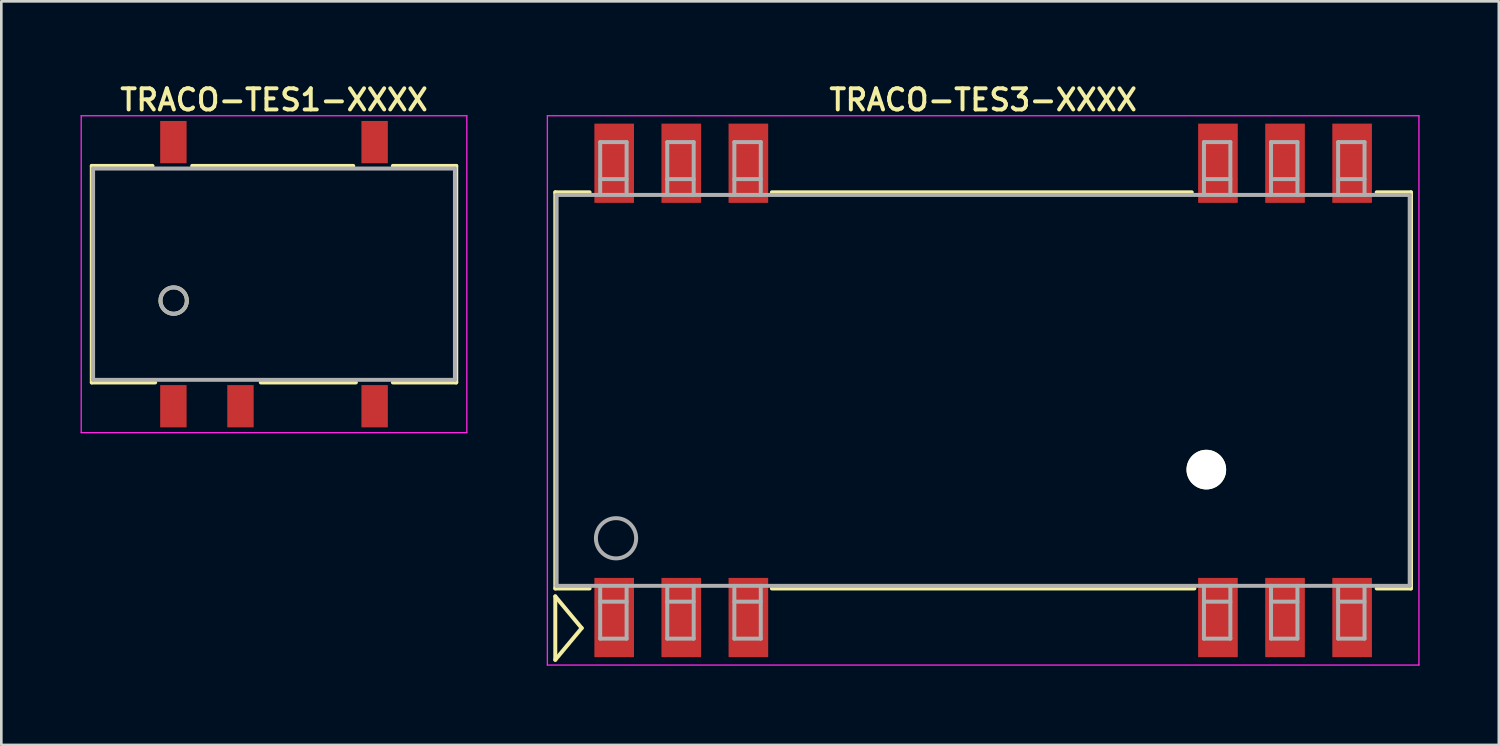
<source format=kicad_pcb>
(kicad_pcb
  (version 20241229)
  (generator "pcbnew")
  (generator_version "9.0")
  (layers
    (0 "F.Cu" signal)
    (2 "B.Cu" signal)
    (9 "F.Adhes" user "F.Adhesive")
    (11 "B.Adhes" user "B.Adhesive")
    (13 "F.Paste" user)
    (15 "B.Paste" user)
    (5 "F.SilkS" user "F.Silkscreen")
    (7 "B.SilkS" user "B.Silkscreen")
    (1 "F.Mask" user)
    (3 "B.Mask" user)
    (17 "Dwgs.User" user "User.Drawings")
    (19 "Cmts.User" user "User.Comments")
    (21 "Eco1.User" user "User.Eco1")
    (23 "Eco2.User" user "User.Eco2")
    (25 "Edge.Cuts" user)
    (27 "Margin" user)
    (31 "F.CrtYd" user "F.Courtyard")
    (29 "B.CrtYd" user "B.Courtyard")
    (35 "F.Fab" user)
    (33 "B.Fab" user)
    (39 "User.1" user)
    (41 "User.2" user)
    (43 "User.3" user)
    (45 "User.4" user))
  (footprint "TRACO-TES1-XXXX"
    (layer "F.Cu")
    (at 7.325 7.331)
    (property "Reference" "TRACO-TES1-XXXX" (at 0 -6.6 0) (layer "F.SilkS") (effects (font (size 0.8 0.8) (thickness 0.15))))
    (attr through_hole)
    (fp_line (start -6.9 -4.1) (end -6.9 4.1) (stroke (width 0.15) (type solid)) (layer "F.SilkS"))
    (fp_line (start -6.9 4.1) (end -4.5 4.1) (stroke (width 0.15) (type solid)) (layer "F.SilkS"))
    (fp_line (start -4.6 -4.1) (end -6.9 -4.1) (stroke (width 0.15) (type solid)) (layer "F.SilkS"))
    (fp_line (start -0.5 4.1) (end 3.1 4.1) (stroke (width 0.15) (type solid)) (layer "F.SilkS"))
    (fp_line (start 3 -4.1) (end -3.1 -4.1) (stroke (width 0.15) (type solid)) (layer "F.SilkS"))
    (fp_line (start 4.5 4.1) (end 6.9 4.1) (stroke (width 0.15) (type solid)) (layer "F.SilkS"))
    (fp_line (start 6.9 -4.1) (end 4.5 -4.1) (stroke (width 0.15) (type solid)) (layer "F.SilkS"))
    (fp_line (start 6.9 4.1) (end 6.9 -4.1) (stroke (width 0.15) (type solid)) (layer "F.SilkS"))
    (fp_circle (center -3.8 1) (end -3.3 1) (stroke (width 0.15) (type solid)) (fill no) (layer "F.SilkS"))
    (fp_line (start -7.3 -6) (end 7.3 -6) (stroke (width 0.05) (type solid)) (layer "F.CrtYd"))
    (fp_line (start -7.3 6) (end -7.3 -6) (stroke (width 0.05) (type solid)) (layer "F.CrtYd"))
    (fp_line (start 7.3 -6) (end 7.3 6) (stroke (width 0.05) (type solid)) (layer "F.CrtYd"))
    (fp_line (start 7.3 6) (end -7.3 6) (stroke (width 0.05) (type solid)) (layer "F.CrtYd"))
    (fp_line (start -6.85 -4) (end 6.85 -4) (stroke (width 0.15) (type solid)) (layer "F.Fab"))
    (fp_line (start -6.85 4) (end -6.85 -4) (stroke (width 0.15) (type solid)) (layer "F.Fab"))
    (fp_line (start 6.85 -4) (end 6.85 4) (stroke (width 0.15) (type solid)) (layer "F.Fab"))
    (fp_line (start 6.85 4) (end -6.85 4) (stroke (width 0.15) (type solid)) (layer "F.Fab"))
    (fp_circle (center -3.8 1) (end -3.8 0.5) (stroke (width 0.15) (type solid)) (fill no) (layer "F.Fab"))
    (pad "1" smd rect (at -3.81 5) (size 1 1.6) (layers "F.Cu" "F.Mask" "F.Paste"))
    (pad "2" smd rect (at -1.27 5) (size 1 1.6) (layers "F.Cu" "F.Mask" "F.Paste"))
    (pad "4" smd rect (at 3.81 5) (size 1 1.6) (layers "F.Cu" "F.Mask" "F.Paste"))
    (pad "5" smd rect (at 3.81 -5) (size 1 1.6) (layers "F.Cu" "F.Mask" "F.Paste"))
    (pad "8" smd rect (at -3.81 -5) (size 1 1.6) (layers "F.Cu" "F.Mask" "F.Paste")))
  (footprint "TRACO-TES3-XXXX"
    (layer "F.Cu")
    (at 34.175 11.731)
    (property "Reference" "TRACO-TES3-XXXX" (at 0 -11 0) (layer "F.SilkS") (effects (font (size 0.8 0.8) (thickness 0.15))))
    (attr through_hole)
    (fp_line (start -16.2 -7.5) (end -16.2 7.5) (stroke (width 0.15) (type solid)) (layer "F.SilkS"))
    (fp_line (start -16.2 7.5) (end -14.9 7.5) (stroke (width 0.15) (type solid)) (layer "F.SilkS"))
    (fp_line (start -16.2 7.8) (end -15.2 9) (stroke (width 0.15) (type solid)) (layer "F.SilkS"))
    (fp_line (start -16.2 10.2) (end -16.2 7.8) (stroke (width 0.15) (type solid)) (layer "F.SilkS"))
    (fp_line (start -15.2 9) (end -16.2 10.2) (stroke (width 0.15) (type solid)) (layer "F.SilkS"))
    (fp_line (start -14.9 -7.5) (end -16.2 -7.5) (stroke (width 0.15) (type solid)) (layer "F.SilkS"))
    (fp_line (start -8 7.5) (end 8 7.5) (stroke (width 0.15) (type solid)) (layer "F.SilkS"))
    (fp_line (start 7.9 -7.5) (end -8 -7.5) (stroke (width 0.15) (type solid)) (layer "F.SilkS"))
    (fp_line (start 14.9 -7.5) (end 16.2 -7.5) (stroke (width 0.15) (type solid)) (layer "F.SilkS"))
    (fp_line (start 16.2 -7.5) (end 16.2 7.5) (stroke (width 0.15) (type solid)) (layer "F.SilkS"))
    (fp_line (start 16.2 7.5) (end 14.9 7.5) (stroke (width 0.15) (type solid)) (layer "F.SilkS"))
    (fp_line (start -16.5 -10.4) (end 16.5 -10.4) (stroke (width 0.05) (type solid)) (layer "F.CrtYd"))
    (fp_line (start -16.5 10.4) (end -16.5 -10.4) (stroke (width 0.05) (type solid)) (layer "F.CrtYd"))
    (fp_line (start 16.5 -10.4) (end 16.5 10.4) (stroke (width 0.05) (type solid)) (layer "F.CrtYd"))
    (fp_line (start 16.5 10.4) (end -16.5 10.4) (stroke (width 0.05) (type solid)) (layer "F.CrtYd"))
    (fp_line (start -16.15 -7.4) (end 16.15 -7.4) (stroke (width 0.15) (type solid)) (layer "F.Fab"))
    (fp_line (start -16.15 7.4) (end -16.15 -7.4) (stroke (width 0.15) (type solid)) (layer "F.Fab"))
    (fp_line (start -14.5 -9.4) (end -13.5 -9.4) (stroke (width 0.15) (type solid)) (layer "F.Fab"))
    (fp_line (start -14.5 -8) (end -13.5 -8) (stroke (width 0.15) (type solid)) (layer "F.Fab"))
    (fp_line (start -14.5 -7.4) (end -14.5 -9.4) (stroke (width 0.15) (type solid)) (layer "F.Fab"))
    (fp_line (start -14.5 7.4) (end -14.5 9.4) (stroke (width 0.15) (type solid)) (layer "F.Fab"))
    (fp_line (start -14.5 8) (end -13.5 8) (stroke (width 0.15) (type solid)) (layer "F.Fab"))
    (fp_line (start -14.5 9.4) (end -13.5 9.4) (stroke (width 0.15) (type solid)) (layer "F.Fab"))
    (fp_line (start -13.5 -9.4) (end -13.5 -7.4) (stroke (width 0.15) (type solid)) (layer "F.Fab"))
    (fp_line (start -13.5 9.4) (end -13.5 7.4) (stroke (width 0.15) (type solid)) (layer "F.Fab"))
    (fp_line (start -11.96 -9.4) (end -10.96 -9.4) (stroke (width 0.15) (type solid)) (layer "F.Fab"))
    (fp_line (start -11.96 -8) (end -10.96 -8) (stroke (width 0.15) (type solid)) (layer "F.Fab"))
    (fp_line (start -11.96 -7.4) (end -11.96 -9.4) (stroke (width 0.15) (type solid)) (layer "F.Fab"))
    (fp_line (start -11.96 7.4) (end -11.96 9.4) (stroke (width 0.15) (type solid)) (layer "F.Fab"))
    (fp_line (start -11.96 8) (end -10.96 8) (stroke (width 0.15) (type solid)) (layer "F.Fab"))
    (fp_line (start -11.96 9.4) (end -10.96 9.4) (stroke (width 0.15) (type solid)) (layer "F.Fab"))
    (fp_line (start -10.96 -9.4) (end -10.96 -7.4) (stroke (width 0.15) (type solid)) (layer "F.Fab"))
    (fp_line (start -10.96 9.4) (end -10.96 7.4) (stroke (width 0.15) (type solid)) (layer "F.Fab"))
    (fp_line (start -9.42 -9.4) (end -8.42 -9.4) (stroke (width 0.15) (type solid)) (layer "F.Fab"))
    (fp_line (start -9.42 -8) (end -8.42 -8) (stroke (width 0.15) (type solid)) (layer "F.Fab"))
    (fp_line (start -9.42 -7.4) (end -9.42 -9.4) (stroke (width 0.15) (type solid)) (layer "F.Fab"))
    (fp_line (start -9.42 7.4) (end -9.42 9.4) (stroke (width 0.15) (type solid)) (layer "F.Fab"))
    (fp_line (start -9.42 8) (end -8.42 8) (stroke (width 0.15) (type solid)) (layer "F.Fab"))
    (fp_line (start -9.42 9.4) (end -8.42 9.4) (stroke (width 0.15) (type solid)) (layer "F.Fab"))
    (fp_line (start -8.42 -9.4) (end -8.42 -7.4) (stroke (width 0.15) (type solid)) (layer "F.Fab"))
    (fp_line (start -8.42 9.4) (end -8.42 7.4) (stroke (width 0.15) (type solid)) (layer "F.Fab"))
    (fp_line (start 8.36 -9.4) (end 9.36 -9.4) (stroke (width 0.15) (type solid)) (layer "F.Fab"))
    (fp_line (start 8.36 -8) (end 9.36 -8) (stroke (width 0.15) (type solid)) (layer "F.Fab"))
    (fp_line (start 8.36 -7.4) (end 8.36 -9.4) (stroke (width 0.15) (type solid)) (layer "F.Fab"))
    (fp_line (start 8.36 7.4) (end 8.36 9.4) (stroke (width 0.15) (type solid)) (layer "F.Fab"))
    (fp_line (start 8.36 8) (end 9.36 8) (stroke (width 0.15) (type solid)) (layer "F.Fab"))
    (fp_line (start 8.36 9.4) (end 9.36 9.4) (stroke (width 0.15) (type solid)) (layer "F.Fab"))
    (fp_line (start 9.36 -9.4) (end 9.36 -7.4) (stroke (width 0.15) (type solid)) (layer "F.Fab"))
    (fp_line (start 9.36 9.4) (end 9.36 7.4) (stroke (width 0.15) (type solid)) (layer "F.Fab"))
    (fp_line (start 10.9 -9.4) (end 11.9 -9.4) (stroke (width 0.15) (type solid)) (layer "F.Fab"))
    (fp_line (start 10.9 -8) (end 11.9 -8) (stroke (width 0.15) (type solid)) (layer "F.Fab"))
    (fp_line (start 10.9 -7.4) (end 10.9 -9.4) (stroke (width 0.15) (type solid)) (layer "F.Fab"))
    (fp_line (start 10.9 7.4) (end 10.9 9.4) (stroke (width 0.15) (type solid)) (layer "F.Fab"))
    (fp_line (start 10.9 8) (end 11.9 8) (stroke (width 0.15) (type solid)) (layer "F.Fab"))
    (fp_line (start 10.9 9.4) (end 11.9 9.4) (stroke (width 0.15) (type solid)) (layer "F.Fab"))
    (fp_line (start 11.9 -9.4) (end 11.9 -7.4) (stroke (width 0.15) (type solid)) (layer "F.Fab"))
    (fp_line (start 11.9 9.4) (end 11.9 7.4) (stroke (width 0.15) (type solid)) (layer "F.Fab"))
    (fp_line (start 13.44 -9.4) (end 14.44 -9.4) (stroke (width 0.15) (type solid)) (layer "F.Fab"))
    (fp_line (start 13.44 -8) (end 14.44 -8) (stroke (width 0.15) (type solid)) (layer "F.Fab"))
    (fp_line (start 13.44 -7.4) (end 13.44 -9.4) (stroke (width 0.15) (type solid)) (layer "F.Fab"))
    (fp_line (start 13.44 7.4) (end 13.44 9.4) (stroke (width 0.15) (type solid)) (layer "F.Fab"))
    (fp_line (start 13.44 8) (end 14.44 8) (stroke (width 0.15) (type solid)) (layer "F.Fab"))
    (fp_line (start 13.44 9.4) (end 14.44 9.4) (stroke (width 0.15) (type solid)) (layer "F.Fab"))
    (fp_line (start 14.44 -9.4) (end 14.44 -7.4) (stroke (width 0.15) (type solid)) (layer "F.Fab"))
    (fp_line (start 14.44 9.4) (end 14.44 7.4) (stroke (width 0.15) (type solid)) (layer "F.Fab"))
    (fp_line (start 16.15 -7.4) (end 16.15 7.4) (stroke (width 0.15) (type solid)) (layer "F.Fab"))
    (fp_line (start 16.15 7.4) (end -16.15 7.4) (stroke (width 0.15) (type solid)) (layer "F.Fab"))
    (fp_circle (center -13.9 5.6) (end -13.6 6.3) (stroke (width 0.15) (type solid)) (fill no) (layer "F.Fab"))
    (pad "" np_thru_hole circle (at 8.45 3) (size 1.5 1.5) (drill 1.5) (layers "*.Cu" "*.Mask" "F.SilkS"))
    (pad "1" smd rect (at -13.97 8.6) (size 1.5 3) (layers "F.Cu" "F.Mask" "F.Paste"))
    (pad "2" smd rect (at -11.43 8.6) (size 1.5 3) (layers "F.Cu" "F.Mask" "F.Paste"))
    (pad "3" smd rect (at -8.89 8.6) (size 1.5 3) (layers "F.Cu" "F.Mask" "F.Paste"))
    (pad "10" smd rect (at 8.89 8.6) (size 1.5 3) (layers "F.Cu" "F.Mask" "F.Paste"))
    (pad "11" smd rect (at 11.43 8.6) (size 1.5 3) (layers "F.Cu" "F.Mask" "F.Paste"))
    (pad "12" smd rect (at 13.97 8.6) (size 1.5 3) (layers "F.Cu" "F.Mask" "F.Paste"))
    (pad "13" smd rect (at 13.97 -8.6) (size 1.5 3) (layers "F.Cu" "F.Mask" "F.Paste"))
    (pad "14" smd rect (at 11.43 -8.6) (size 1.5 3) (layers "F.Cu" "F.Mask" "F.Paste"))
    (pad "15" smd rect (at 8.89 -8.6) (size 1.5 3) (layers "F.Cu" "F.Mask" "F.Paste"))
    (pad "22" smd rect (at -8.89 -8.6) (size 1.5 3) (layers "F.Cu" "F.Mask" "F.Paste"))
    (pad "23" smd rect (at -11.43 -8.6) (size 1.5 3) (layers "F.Cu" "F.Mask" "F.Paste"))
    (pad "24" smd rect (at -13.97 -8.6) (size 1.5 3) (layers "F.Cu" "F.Mask" "F.Paste")))
  (gr_rect
    (start -3 -3)
    (end 53.7 25.156)
    (stroke (width 0.1) (type default))
    (fill no)
    (layer "Edge.Cuts")))
</source>
